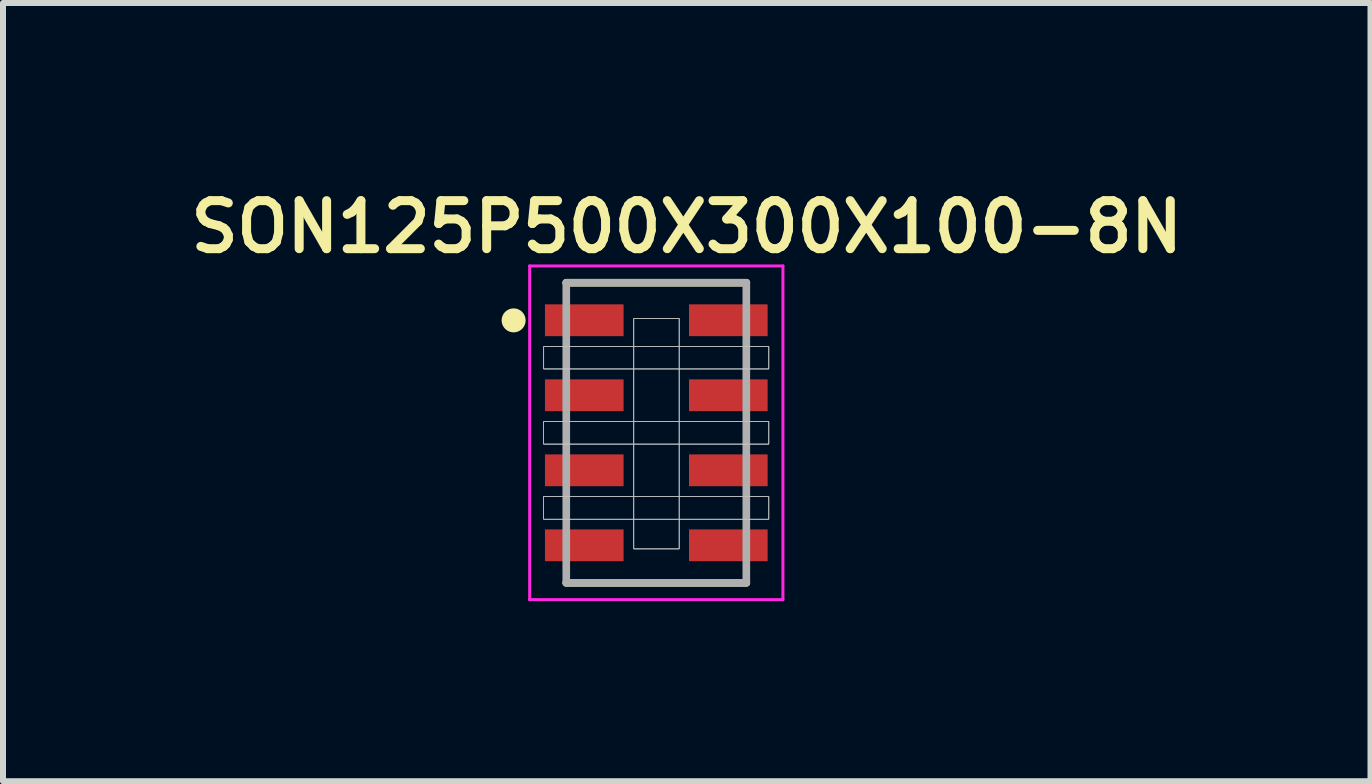
<source format=kicad_pcb>
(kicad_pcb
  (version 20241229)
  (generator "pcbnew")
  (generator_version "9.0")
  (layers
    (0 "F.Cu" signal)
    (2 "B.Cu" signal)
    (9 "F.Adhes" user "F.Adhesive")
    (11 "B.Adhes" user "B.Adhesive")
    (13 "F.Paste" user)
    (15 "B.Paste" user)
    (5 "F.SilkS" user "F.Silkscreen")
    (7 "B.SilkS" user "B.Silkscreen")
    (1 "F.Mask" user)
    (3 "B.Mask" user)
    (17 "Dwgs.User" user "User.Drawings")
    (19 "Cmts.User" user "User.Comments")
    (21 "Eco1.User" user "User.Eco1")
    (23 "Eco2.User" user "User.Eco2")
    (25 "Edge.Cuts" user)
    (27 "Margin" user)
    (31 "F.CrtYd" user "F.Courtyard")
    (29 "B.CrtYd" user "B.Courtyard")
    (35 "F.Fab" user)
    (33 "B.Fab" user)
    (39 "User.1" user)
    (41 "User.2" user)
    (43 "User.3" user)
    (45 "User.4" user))
  (footprint "SON125P500X300X100-8N"
    (layer "F.Cu")
    (at 7.885 4.161)
    (property "Reference" "SON125P500X300X100-8N" (at 0.507 -3.43 0) (layer "F.SilkS") (effects (font (size 0.8 0.8) (thickness 0.15))))
    (attr through_hole)
    (fp_line (start -1.5 -2.5) (end 1.5 -2.5) (stroke (width 0.127) (type solid)) (layer "F.SilkS"))
    (fp_line (start -1.5 2.5) (end 1.5 2.5) (stroke (width 0.127) (type solid)) (layer "F.SilkS"))
    (fp_circle (center -2.377 -1.873) (end -2.277 -1.873) (stroke (width 0.2) (type solid)) (fill no) (layer "F.SilkS"))
    (fp_poly (pts (xy -1.878 -0.188) (xy 1.875 -0.188) (xy 1.875 0.188) (xy -1.878 0.188)) (stroke (width 0.01) (type solid)) (fill no) (layer "Dwgs.User"))
    (fp_poly (pts (xy -1.878 1.062) (xy 1.875 1.062) (xy 1.875 1.44) (xy -1.878 1.44)) (stroke (width 0.01) (type solid)) (fill no) (layer "Dwgs.User"))
    (fp_poly (pts (xy -1.878 -0.188) (xy 1.875 -0.188) (xy 1.875 0.188) (xy -1.878 0.188)) (stroke (width 0.01) (type solid)) (fill no) (layer "Dwgs.User"))
    (fp_poly (pts (xy -1.878 1.062) (xy 1.875 1.062) (xy 1.875 1.44) (xy -1.878 1.44)) (stroke (width 0.01) (type solid)) (fill no) (layer "Dwgs.User"))
    (fp_poly (pts (xy -1.878 -1.438) (xy 1.875 -1.438) (xy 1.875 -1.064) (xy -1.878 -1.064)) (stroke (width 0.01) (type solid)) (fill no) (layer "Dwgs.User"))
    (fp_poly (pts (xy -1.877 1.062) (xy 1.875 1.062) (xy 1.875 1.439) (xy -1.877 1.439)) (stroke (width 0.01) (type solid)) (fill no) (layer "Dwgs.User"))
    (fp_poly (pts (xy -1.877 -0.188) (xy 1.875 -0.188) (xy 1.875 0.188) (xy -1.877 0.188)) (stroke (width 0.01) (type solid)) (fill no) (layer "Dwgs.User"))
    (fp_poly (pts (xy -1.876 -1.438) (xy 1.875 -1.438) (xy 1.875 -1.063) (xy -1.876 -1.063)) (stroke (width 0.01) (type solid)) (fill no) (layer "Dwgs.User"))
    (fp_poly (pts (xy -1.875 -1.438) (xy 1.875 -1.438) (xy 1.875 -1.063) (xy -1.875 -1.063)) (stroke (width 0.01) (type solid)) (fill no) (layer "Dwgs.User"))
    (fp_poly (pts (xy -0.375 -1.905) (xy 0.381 -1.905) (xy 0.381 1.935) (xy -0.375 1.935)) (stroke (width 0.01) (type solid)) (fill no) (layer "Dwgs.User"))
    (fp_poly (pts (xy -0.375 -1.905) (xy 0.381 -1.905) (xy 0.381 1.935) (xy -0.375 1.935)) (stroke (width 0.01) (type solid)) (fill no) (layer "Dwgs.User"))
    (fp_poly (pts (xy -0.375 -1.905) (xy 0.381 -1.905) (xy 0.381 1.935) (xy -0.375 1.935)) (stroke (width 0.01) (type solid)) (fill no) (layer "Dwgs.User"))
    (fp_line (start -2.11 -2.78) (end -2.11 2.78) (stroke (width 0.05) (type solid)) (layer "F.CrtYd"))
    (fp_line (start -2.11 2.78) (end 2.11 2.78) (stroke (width 0.05) (type solid)) (layer "F.CrtYd"))
    (fp_line (start 2.11 -2.78) (end -2.11 -2.78) (stroke (width 0.05) (type solid)) (layer "F.CrtYd"))
    (fp_line (start 2.11 2.78) (end 2.11 -2.78) (stroke (width 0.05) (type solid)) (layer "F.CrtYd"))
    (fp_line (start -1.5 -2.5) (end -1.5 2.5) (stroke (width 0.127) (type solid)) (layer "F.Fab"))
    (fp_line (start -1.5 2.5) (end 1.5 2.5) (stroke (width 0.127) (type solid)) (layer "F.Fab"))
    (fp_line (start 1.5 -2.5) (end -1.5 -2.5) (stroke (width 0.127) (type solid)) (layer "F.Fab"))
    (fp_line (start 1.5 2.5) (end 1.5 -2.5) (stroke (width 0.127) (type solid)) (layer "F.Fab"))
    (pad "1" smd rect (at -1.2 -1.875) (size 1.31 0.53) (layers "F.Cu" "F.Mask" "F.Paste"))
    (pad "2" smd rect (at -1.2 -0.625) (size 1.31 0.53) (layers "F.Cu" "F.Mask" "F.Paste"))
    (pad "3" smd rect (at -1.2 0.625) (size 1.31 0.53) (layers "F.Cu" "F.Mask" "F.Paste"))
    (pad "4" smd rect (at -1.2 1.875) (size 1.31 0.53) (layers "F.Cu" "F.Mask" "F.Paste"))
    (pad "5" smd rect (at 1.2 1.875) (size 1.31 0.53) (layers "F.Cu" "F.Mask" "F.Paste"))
    (pad "6" smd rect (at 1.2 0.625) (size 1.31 0.53) (layers "F.Cu" "F.Mask" "F.Paste"))
    (pad "7" smd rect (at 1.2 -0.625) (size 1.31 0.53) (layers "F.Cu" "F.Mask" "F.Paste"))
    (pad "8" smd rect (at 1.2 -1.875) (size 1.31 0.53) (layers "F.Cu" "F.Mask" "F.Paste")))
  (gr_rect
    (start -3 -3)
    (end 19.785 9.966)
    (stroke (width 0.1) (type default))
    (fill no)
    (layer "Edge.Cuts")))
</source>
